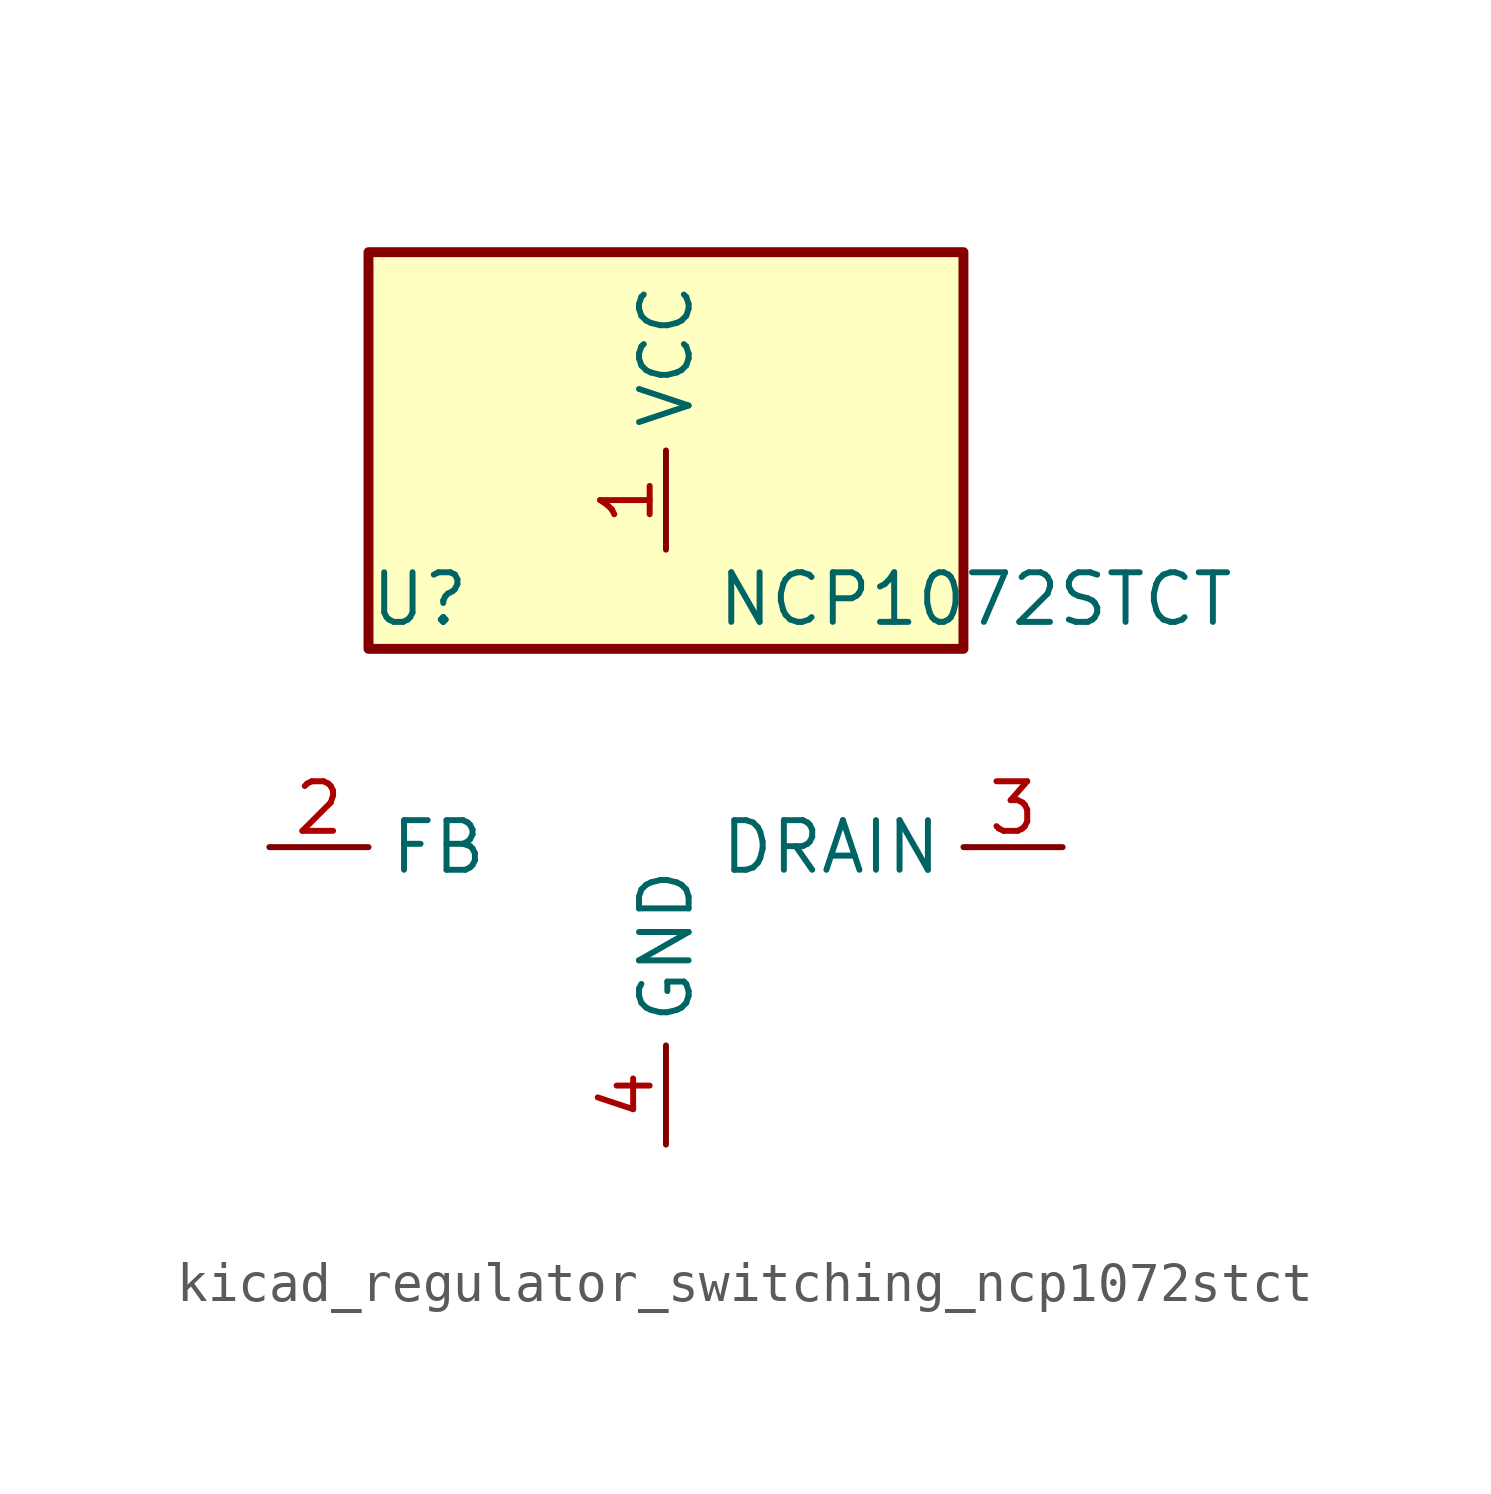
<source format=kicad_sym>
(kicad_symbol_lib
  (version 20220914)
  (generator kicad_symbol_editor)
  (symbol "kicad_regulator_switching_ncp1072stct"
    (property "Reference" "U"
      (at -7.62 6.35 0)
      (effects (font (size 1.27 1.27)) (justify left)))
    (property "Value" "NCP1072STCT"
      (at 1.27 6.35 0)
      (effects (font (size 1.27 1.27)) (justify left)))
    (symbol "kicad_regulator_switching_ncp1072stct_0_1"
      (rectangle (start 7.62 15.24) (end -7.62 5.08) (stroke (width 0.254) (type default)) (fill (type background))))
    (symbol "kicad_regulator_switching_ncp1072stct_1_1"
      (pin power_in line (at 0 7.62 90) (length 2.54) (name "VCC" (effects (font (size 1.27 1.27)))) (number "1" (effects (font (size 1.27 1.27)))))
      (pin input line (at -10.16 0 0) (length 2.54) (name "FB" (effects (font (size 1.27 1.27)))) (number "2" (effects (font (size 1.27 1.27)))))
      (pin open_collector line (at 10.16 0 180) (length 2.54) (name "DRAIN" (effects (font (size 1.27 1.27)))) (number "3" (effects (font (size 1.27 1.27)))))
      (pin power_in line (at 0 -7.62 90) (length 2.54) (name "GND" (effects (font (size 1.27 1.27)))) (number "4" (effects (font (size 1.27 1.27))))))))
</source>
